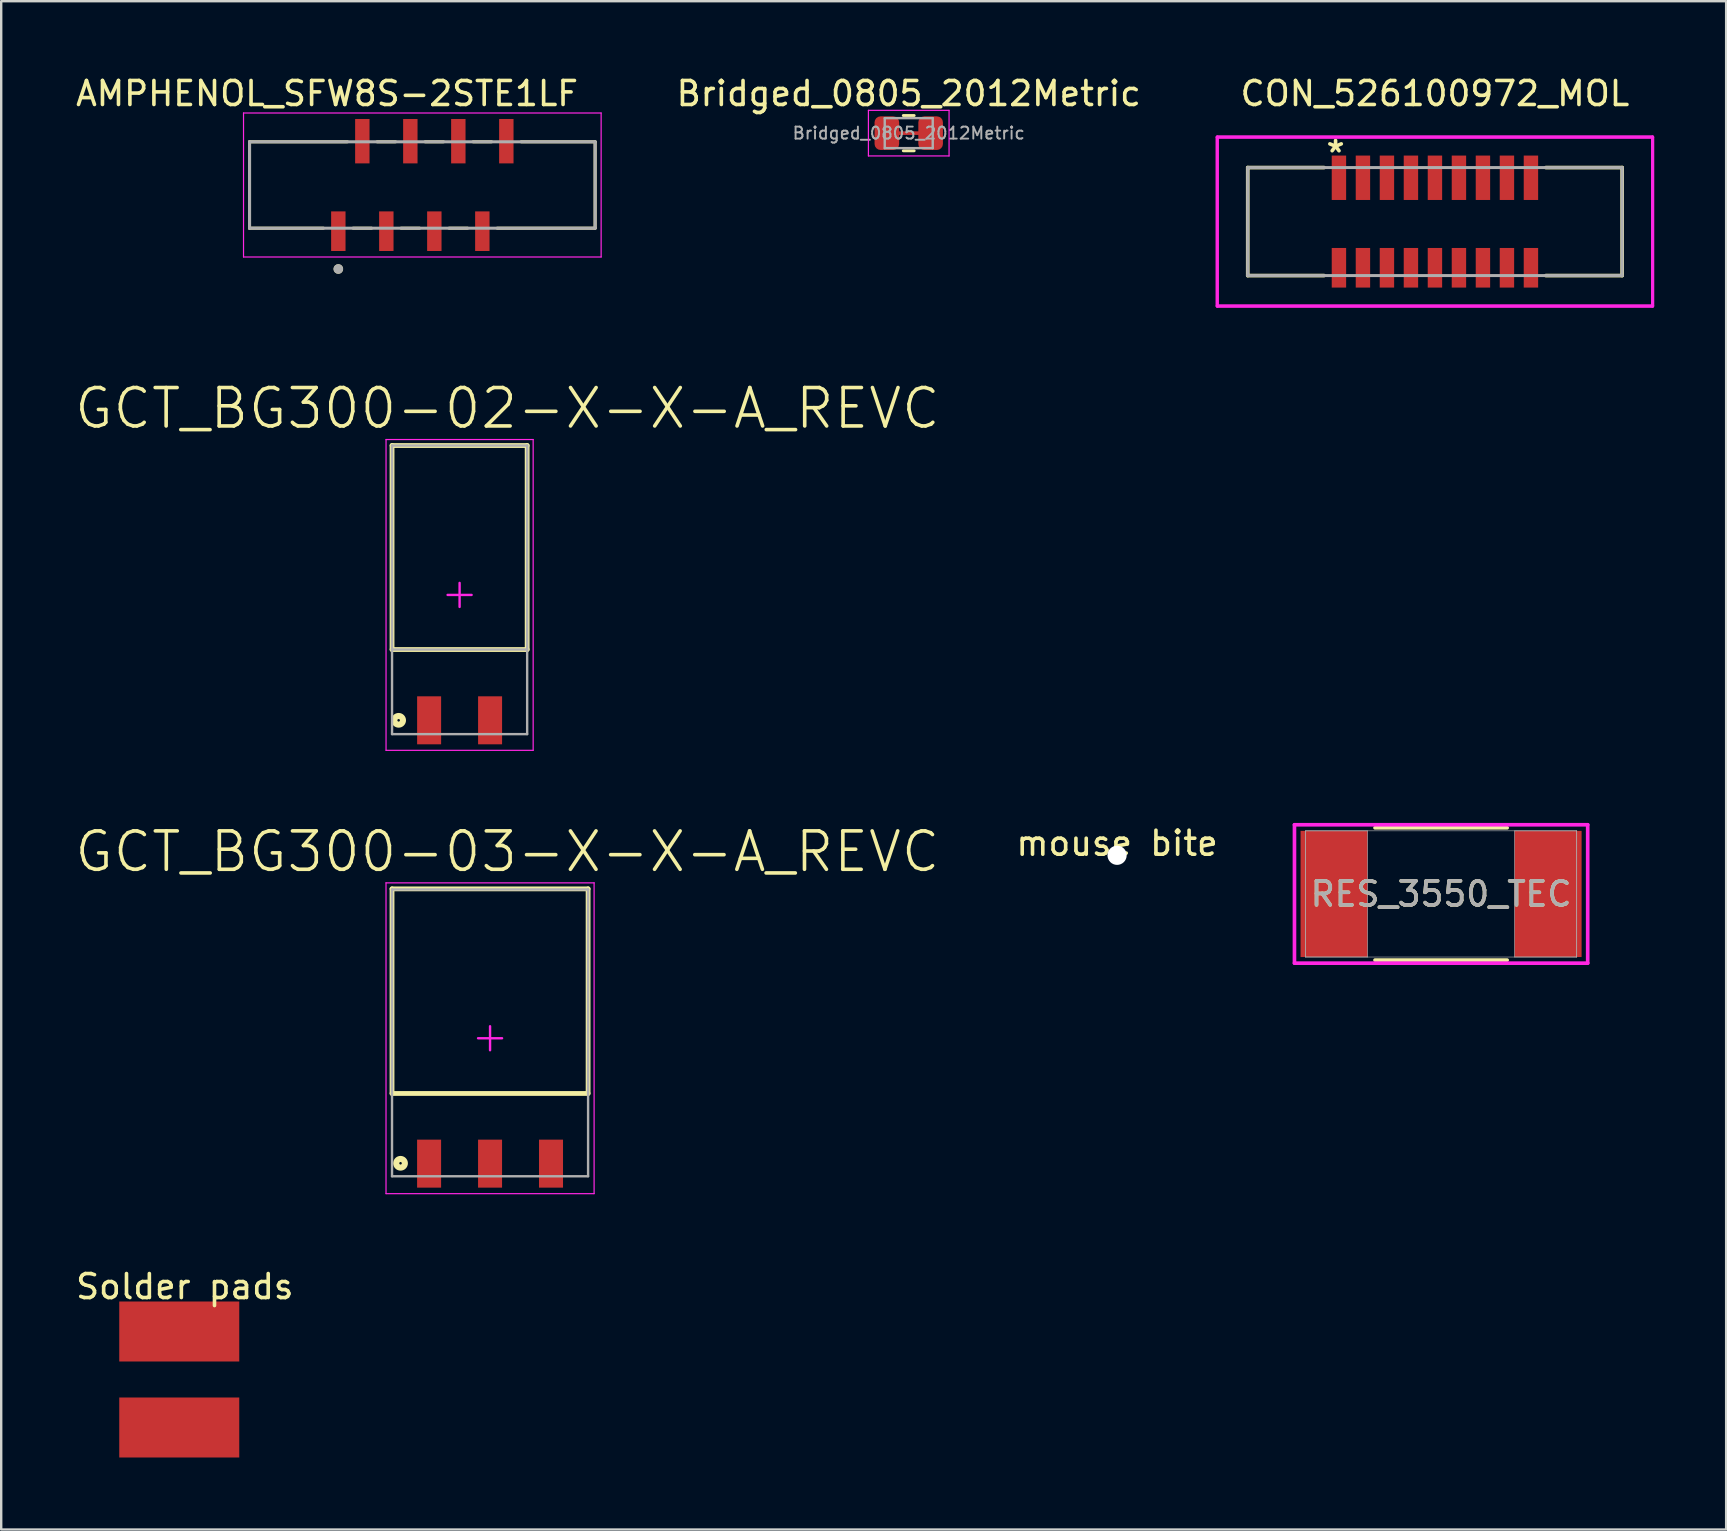
<source format=kicad_pcb>
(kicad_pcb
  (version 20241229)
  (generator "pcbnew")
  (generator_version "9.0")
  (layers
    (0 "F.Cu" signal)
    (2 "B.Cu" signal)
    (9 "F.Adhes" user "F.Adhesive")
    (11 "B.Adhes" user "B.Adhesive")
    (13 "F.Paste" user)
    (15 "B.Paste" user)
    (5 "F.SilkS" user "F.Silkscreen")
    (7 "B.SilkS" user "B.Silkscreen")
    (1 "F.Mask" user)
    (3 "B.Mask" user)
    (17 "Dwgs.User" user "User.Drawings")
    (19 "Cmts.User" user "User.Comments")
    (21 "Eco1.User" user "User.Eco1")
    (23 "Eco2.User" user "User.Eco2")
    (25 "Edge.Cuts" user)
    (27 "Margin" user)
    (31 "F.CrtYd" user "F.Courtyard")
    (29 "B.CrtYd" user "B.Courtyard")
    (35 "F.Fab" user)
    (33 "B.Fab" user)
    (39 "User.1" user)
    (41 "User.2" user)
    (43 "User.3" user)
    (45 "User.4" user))
  (footprint "mouse bite"
    (layer "F.Cu")
    (at 43.495 32.587)
    (property "Reference" "mouse bite" (at 0 -0.5 0) (unlocked yes) (layer "F.SilkS") (effects (font (size 1 1) (thickness 0.15))))
    (pad "" np_thru_hole circle (at 0 0) (size 0.8 0.8) (drill 0.8) (layers "*.Cu" "*.Mask")))
  (footprint "GCT_BG300-03-X-X-A_REVC"
    (layer "F.Cu")
    (at 17.369 40.21)
    (property "Reference" "GCT_BG300-03-X-X-A_REVC" (at 0.72 -7.772 0) (layer "F.SilkS") (effects (font (size 1.6 1.6) (thickness 0.15))))
    (attr smd)
    (fp_line (start -4.085 -6.225) (end 4.085 -6.225) (stroke (width 0.2) (type solid)) (layer "F.SilkS"))
    (fp_line (start -4.085 2.3) (end -4.085 -6.225) (stroke (width 0.2) (type solid)) (layer "F.SilkS"))
    (fp_line (start -4.085 2.3) (end 4.085 2.3) (stroke (width 0.2) (type solid)) (layer "F.SilkS"))
    (fp_line (start 4.085 2.3) (end 4.085 -6.225) (stroke (width 0.2) (type solid)) (layer "F.SilkS"))
    (fp_circle (center -3.73 5.21) (end -3.55 5.21) (stroke (width 0.254) (type solid)) (fill no) (layer "F.SilkS"))
    (fp_line (start -4.335 -6.475) (end 4.335 -6.475) (stroke (width 0.05) (type solid)) (layer "F.CrtYd"))
    (fp_line (start -4.335 6.475) (end -4.335 -6.475) (stroke (width 0.05) (type solid)) (layer "F.CrtYd"))
    (fp_line (start -4.335 6.475) (end 4.335 6.475) (stroke (width 0.05) (type solid)) (layer "F.CrtYd"))
    (fp_line (start -0.5 0) (end 0.5 0) (stroke (width 0.1) (type solid)) (layer "F.CrtYd"))
    (fp_line (start 0 0.5) (end 0 -0.5) (stroke (width 0.1) (type solid)) (layer "F.CrtYd"))
    (fp_line (start 4.335 6.475) (end 4.335 -6.475) (stroke (width 0.05) (type solid)) (layer "F.CrtYd"))
    (fp_line (start -4.085 -6.2) (end 4.085 -6.2) (stroke (width 0.1) (type solid)) (layer "F.Fab"))
    (fp_line (start -4.085 5.75) (end -4.085 -6.2) (stroke (width 0.1) (type solid)) (layer "F.Fab"))
    (fp_line (start -4.085 5.75) (end 4.085 5.75) (stroke (width 0.1) (type solid)) (layer "F.Fab"))
    (fp_line (start 4.085 5.75) (end 4.085 -6.2) (stroke (width 0.1) (type solid)) (layer "F.Fab"))
    (pad "1" smd rect (at -2.54 5.225) (size 1 2) (layers "F.Cu" "F.Mask" "F.Paste"))
    (pad "2" smd rect (at 0 5.225) (size 1 2) (layers "F.Cu" "F.Mask" "F.Paste"))
    (pad "3" smd rect (at 2.54 5.225) (size 1 2) (layers "F.Cu" "F.Mask" "F.Paste")))
  (footprint "Solder pads"
    (layer "F.Cu")
    (at 4.419 54.429)
    (property "Reference" "Solder pads" (at 0.23 -3.87 0) (unlocked yes) (layer "F.SilkS") (effects (font (size 1 1) (thickness 0.15))))
    (attr smd)
    (pad "1" smd rect (at 0 -2) (size 5 2.5) (layers "F.Cu" "F.Mask" "F.Paste"))
    (pad "2" smd rect (at 0 2) (size 5 2.5) (layers "F.Cu" "F.Mask" "F.Paste")))
  (footprint "GCT_BG300-02-X-X-A_REVC"
    (layer "F.Cu")
    (at 16.1 21.738)
    (property "Reference" "GCT_BG300-02-X-X-A_REVC" (at 1.991 -7.773 0) (layer "F.SilkS") (effects (font (size 1.601 1.601) (thickness 0.15))))
    (attr smd)
    (fp_line (start -2.815 -6.225) (end 2.815 -6.225) (stroke (width 0.2) (type solid)) (layer "F.SilkS"))
    (fp_line (start -2.815 2.275) (end -2.815 -6.225) (stroke (width 0.2) (type solid)) (layer "F.SilkS"))
    (fp_line (start -2.815 2.275) (end 2.815 2.275) (stroke (width 0.2) (type solid)) (layer "F.SilkS"))
    (fp_line (start 2.815 2.275) (end 2.815 -6.225) (stroke (width 0.2) (type solid)) (layer "F.SilkS"))
    (fp_circle (center -2.54 5.225) (end -2.36 5.225) (stroke (width 0.254) (type solid)) (fill no) (layer "F.SilkS"))
    (fp_line (start -3.065 -6.475) (end 3.065 -6.475) (stroke (width 0.05) (type solid)) (layer "F.CrtYd"))
    (fp_line (start -3.065 6.475) (end -3.065 -6.475) (stroke (width 0.05) (type solid)) (layer "F.CrtYd"))
    (fp_line (start -3.065 6.475) (end 3.065 6.475) (stroke (width 0.05) (type solid)) (layer "F.CrtYd"))
    (fp_line (start -0.5 0) (end 0.5 0) (stroke (width 0.1) (type solid)) (layer "F.CrtYd"))
    (fp_line (start 0 0.5) (end 0 -0.5) (stroke (width 0.1) (type solid)) (layer "F.CrtYd"))
    (fp_line (start 3.065 6.475) (end 3.065 -6.475) (stroke (width 0.05) (type solid)) (layer "F.CrtYd"))
    (fp_line (start -2.815 -6.225) (end 2.815 -6.225) (stroke (width 0.1) (type solid)) (layer "F.Fab"))
    (fp_line (start -2.815 2.275) (end -2.815 -6.225) (stroke (width 0.1) (type solid)) (layer "F.Fab"))
    (fp_line (start -2.815 2.275) (end 2.815 2.275) (stroke (width 0.1) (type solid)) (layer "F.Fab"))
    (fp_line (start -2.815 5.8) (end -2.815 2.275) (stroke (width 0.1) (type solid)) (layer "F.Fab"))
    (fp_line (start -2.815 5.8) (end 2.815 5.8) (stroke (width 0.1) (type solid)) (layer "F.Fab"))
    (fp_line (start 2.815 5.8) (end 2.815 -6.225) (stroke (width 0.1) (type solid)) (layer "F.Fab"))
    (pad "1" smd rect (at -1.27 5.225) (size 1 2) (layers "F.Cu" "F.Mask" "F.Paste"))
    (pad "2" smd rect (at 1.27 5.225) (size 1 2) (layers "F.Cu" "F.Mask" "F.Paste")))
  (footprint "Bridged_0805_2012Metric"
    (layer "F.Cu")
    (at 34.814 2.498)
    (property "Reference" "Bridged_0805_2012Metric" (at 0 -1.65 0) (layer "F.SilkS") (effects (font (size 1 1) (thickness 0.15))))
    (attr smd)
    (fp_line (start -0.6 0) (end 0.6 0) (stroke (width 0.15) (type default)) (layer "F.Cu"))
    (fp_line (start -0.227 -0.735) (end 0.227 -0.735) (stroke (width 0.12) (type solid)) (layer "F.SilkS"))
    (fp_line (start -0.227 0.735) (end 0.227 0.735) (stroke (width 0.12) (type solid)) (layer "F.SilkS"))
    (fp_line (start -1.68 -0.95) (end 1.68 -0.95) (stroke (width 0.05) (type solid)) (layer "F.CrtYd"))
    (fp_line (start -1.68 0.95) (end -1.68 -0.95) (stroke (width 0.05) (type solid)) (layer "F.CrtYd"))
    (fp_line (start 1.68 -0.95) (end 1.68 0.95) (stroke (width 0.05) (type solid)) (layer "F.CrtYd"))
    (fp_line (start 1.68 0.95) (end -1.68 0.95) (stroke (width 0.05) (type solid)) (layer "F.CrtYd"))
    (fp_line (start -1 -0.625) (end 1 -0.625) (stroke (width 0.1) (type solid)) (layer "F.Fab"))
    (fp_line (start -1 0.625) (end -1 -0.625) (stroke (width 0.1) (type solid)) (layer "F.Fab"))
    (fp_line (start 1 -0.625) (end 1 0.625) (stroke (width 0.1) (type solid)) (layer "F.Fab"))
    (fp_line (start 1 0.625) (end -1 0.625) (stroke (width 0.1) (type solid)) (layer "F.Fab"))
    (fp_text user "${REFERENCE}" (at 0 0 0) (layer "F.Fab") (effects (font (size 0.5 0.5) (thickness 0.08))))
    (pad "1" smd roundrect (at -0.912 0) (size 1.025 1.4) (layers "F.Cu" "F.Mask" "F.Paste") (roundrect_rratio 0.244))
    (pad "2" smd roundrect (at 0.912 0) (size 1.025 1.4) (layers "F.Cu" "F.Mask" "F.Paste") (roundrect_rratio 0.244)))
  (footprint "RES_3550_TEC"
    (layer "F.Cu")
    (at 56.995 34.198)
    (property "Reference" "RES_3550_TEC" (at 0 0 0) (unlocked yes) (layer "F.SilkS") (effects (font (size 1 1) (thickness 0.15))))
    (attr smd)
    (fp_line (start -2.753 2.756) (end 2.753 2.756) (stroke (width 0.152) (type solid)) (layer "F.SilkS"))
    (fp_line (start 2.753 -2.756) (end -2.753 -2.756) (stroke (width 0.152) (type solid)) (layer "F.SilkS"))
    (fp_line (start -6.109 -2.883) (end 6.109 -2.883) (stroke (width 0.152) (type solid)) (layer "F.CrtYd"))
    (fp_line (start -6.109 2.883) (end -6.109 -2.883) (stroke (width 0.152) (type solid)) (layer "F.CrtYd"))
    (fp_line (start 6.109 -2.883) (end 6.109 2.883) (stroke (width 0.152) (type solid)) (layer "F.CrtYd"))
    (fp_line (start 6.109 2.883) (end -6.109 2.883) (stroke (width 0.152) (type solid)) (layer "F.CrtYd"))
    (fp_line (start -5.652 -2.629) (end -5.652 2.629) (stroke (width 0.025) (type solid)) (layer "F.Fab"))
    (fp_line (start -5.652 -2.629) (end -5.652 2.629) (stroke (width 0.025) (type solid)) (layer "F.Fab"))
    (fp_line (start -5.652 2.629) (end -3.061 2.629) (stroke (width 0.025) (type solid)) (layer "F.Fab"))
    (fp_line (start -5.652 2.629) (end 5.652 2.629) (stroke (width 0.025) (type solid)) (layer "F.Fab"))
    (fp_line (start -3.061 -2.629) (end -5.652 -2.629) (stroke (width 0.025) (type solid)) (layer "F.Fab"))
    (fp_line (start -3.061 2.629) (end -3.061 -2.629) (stroke (width 0.025) (type solid)) (layer "F.Fab"))
    (fp_line (start 3.061 -2.629) (end 3.061 2.629) (stroke (width 0.025) (type solid)) (layer "F.Fab"))
    (fp_line (start 3.061 2.629) (end 5.652 2.629) (stroke (width 0.025) (type solid)) (layer "F.Fab"))
    (fp_line (start 5.652 -2.629) (end -5.652 -2.629) (stroke (width 0.025) (type solid)) (layer "F.Fab"))
    (fp_line (start 5.652 -2.629) (end 3.061 -2.629) (stroke (width 0.025) (type solid)) (layer "F.Fab"))
    (fp_line (start 5.652 2.629) (end 5.652 -2.629) (stroke (width 0.025) (type solid)) (layer "F.Fab"))
    (fp_line (start 5.652 2.629) (end 5.652 -2.629) (stroke (width 0.025) (type solid)) (layer "F.Fab"))
    (fp_text user "${REFERENCE}" (at 0 0 0) (unlocked yes) (layer "F.Fab") (effects (font (size 1 1) (thickness 0.15))))
    (pad "1" smd rect (at -4.458 0) (size 2.794 5.258) (layers "F.Cu" "F.Mask" "F.Paste"))
    (pad "2" smd rect (at 4.458 0) (size 2.794 5.258) (layers "F.Cu" "F.Mask" "F.Paste")))
  (footprint "AMPHENOL_SFW8S-2STE1LF"
    (layer "F.Cu")
    (at 14.547 4.658)
    (property "Reference" "AMPHENOL_SFW8S-2STE1LF" (at -3.97 -3.81 0) (layer "F.SilkS") (effects (font (size 1 1) (thickness 0.15))))
    (attr smd)
    (fp_line (start -7.2 -1.8) (end -7.2 1.8) (stroke (width 0.127) (type solid)) (layer "F.SilkS"))
    (fp_line (start -7.2 1.8) (end -4.12 1.8) (stroke (width 0.127) (type solid)) (layer "F.SilkS"))
    (fp_line (start -3.12 -1.8) (end -7.2 -1.8) (stroke (width 0.127) (type solid)) (layer "F.SilkS"))
    (fp_line (start -2.115 1.8) (end -2.885 1.8) (stroke (width 0.127) (type solid)) (layer "F.SilkS"))
    (fp_line (start -1.885 -1.8) (end -1.115 -1.8) (stroke (width 0.127) (type solid)) (layer "F.SilkS"))
    (fp_line (start -0.115 1.8) (end -0.885 1.8) (stroke (width 0.127) (type solid)) (layer "F.SilkS"))
    (fp_line (start 0.115 -1.8) (end 0.885 -1.8) (stroke (width 0.127) (type solid)) (layer "F.SilkS"))
    (fp_line (start 1.885 1.8) (end 1.115 1.8) (stroke (width 0.127) (type solid)) (layer "F.SilkS"))
    (fp_line (start 2.115 -1.8) (end 2.885 -1.8) (stroke (width 0.127) (type solid)) (layer "F.SilkS"))
    (fp_line (start 3.12 1.8) (end 7.2 1.8) (stroke (width 0.127) (type solid)) (layer "F.SilkS"))
    (fp_line (start 7.2 -1.8) (end 4.12 -1.8) (stroke (width 0.127) (type solid)) (layer "F.SilkS"))
    (fp_line (start 7.2 1.8) (end 7.2 -1.8) (stroke (width 0.127) (type solid)) (layer "F.SilkS"))
    (fp_circle (center -3.5 3.5) (end -3.4 3.5) (stroke (width 0.2) (type solid)) (fill no) (layer "F.SilkS"))
    (fp_line (start -7.45 -3) (end 7.45 -3) (stroke (width 0.05) (type solid)) (layer "F.CrtYd"))
    (fp_line (start -7.45 3) (end -7.45 -3) (stroke (width 0.05) (type solid)) (layer "F.CrtYd"))
    (fp_line (start 7.45 -3) (end 7.45 3) (stroke (width 0.05) (type solid)) (layer "F.CrtYd"))
    (fp_line (start 7.45 3) (end -7.45 3) (stroke (width 0.05) (type solid)) (layer "F.CrtYd"))
    (fp_line (start -7.2 -1.8) (end -7.2 1.8) (stroke (width 0.127) (type solid)) (layer "F.Fab"))
    (fp_line (start -7.2 1.8) (end 7.2 1.8) (stroke (width 0.127) (type solid)) (layer "F.Fab"))
    (fp_line (start 7.2 -1.8) (end -7.2 -1.8) (stroke (width 0.127) (type solid)) (layer "F.Fab"))
    (fp_line (start 7.2 1.8) (end 7.2 -1.8) (stroke (width 0.127) (type solid)) (layer "F.Fab"))
    (fp_circle (center -3.5 3.5) (end -3.4 3.5) (stroke (width 0.2) (type solid)) (fill no) (layer "F.Fab"))
    (pad "1" smd rect (at -3.5 1.925) (size 0.6 1.65) (layers "F.Cu" "F.Mask" "F.Paste"))
    (pad "2" smd rect (at -2.5 -1.825) (size 0.6 1.85) (layers "F.Cu" "F.Mask" "F.Paste"))
    (pad "3" smd rect (at -1.5 1.925) (size 0.6 1.65) (layers "F.Cu" "F.Mask" "F.Paste"))
    (pad "4" smd rect (at -0.5 -1.825) (size 0.6 1.85) (layers "F.Cu" "F.Mask" "F.Paste"))
    (pad "5" smd rect (at 0.5 1.925) (size 0.6 1.65) (layers "F.Cu" "F.Mask" "F.Paste"))
    (pad "6" smd rect (at 1.5 -1.825) (size 0.6 1.85) (layers "F.Cu" "F.Mask" "F.Paste"))
    (pad "7" smd rect (at 2.5 1.925) (size 0.6 1.65) (layers "F.Cu" "F.Mask" "F.Paste"))
    (pad "8" smd rect (at 3.5 -1.825) (size 0.6 1.85) (layers "F.Cu" "F.Mask" "F.Paste")))
  (footprint "CON_526100972_MOL"
    (layer "F.Cu")
    (at 56.739 6.182)
    (property "Reference" "CON_526100972_MOL" (at 0 -5.334 0) (unlocked yes) (layer "F.SilkS") (effects (font (size 1 1) (thickness 0.15))))
    (attr smd)
    (fp_line (start -7.8 -2.25) (end -4.62 -2.25) (stroke (width 0.152) (type solid)) (layer "F.SilkS"))
    (fp_line (start -7.8 2.25) (end -7.8 -2.25) (stroke (width 0.152) (type solid)) (layer "F.SilkS"))
    (fp_line (start -7.8 2.25) (end -4.62 2.25) (stroke (width 0.152) (type solid)) (layer "F.SilkS"))
    (fp_line (start 4.62 -2.25) (end 7.8 -2.25) (stroke (width 0.152) (type solid)) (layer "F.SilkS"))
    (fp_line (start 4.62 2.25) (end 7.8 2.25) (stroke (width 0.152) (type solid)) (layer "F.SilkS"))
    (fp_line (start 7.8 -2.25) (end 7.8 2.25) (stroke (width 0.152) (type solid)) (layer "F.SilkS"))
    (fp_line (start -9.07 -3.52) (end -9.07 3.52) (stroke (width 0.127) (type solid)) (layer "F.CrtYd"))
    (fp_line (start -9.07 -3.52) (end -9.07 3.52) (stroke (width 0.127) (type solid)) (layer "F.CrtYd"))
    (fp_line (start -9.07 3.52) (end 9.07 3.52) (stroke (width 0.127) (type solid)) (layer "F.CrtYd"))
    (fp_line (start -9.07 3.52) (end 9.07 3.52) (stroke (width 0.127) (type solid)) (layer "F.CrtYd"))
    (fp_line (start 9.07 -3.52) (end -9.07 -3.52) (stroke (width 0.127) (type solid)) (layer "F.CrtYd"))
    (fp_line (start 9.07 -3.52) (end -9.07 -3.52) (stroke (width 0.127) (type solid)) (layer "F.CrtYd"))
    (fp_line (start 9.07 3.52) (end 9.07 -3.52) (stroke (width 0.127) (type solid)) (layer "F.CrtYd"))
    (fp_line (start 9.07 3.52) (end 9.07 -3.52) (stroke (width 0.127) (type solid)) (layer "F.CrtYd"))
    (fp_line (start -7.8 -2.25) (end -7.8 2.25) (stroke (width 0.127) (type solid)) (layer "F.Fab"))
    (fp_line (start -7.8 2.25) (end 7.8 2.25) (stroke (width 0.127) (type solid)) (layer "F.Fab"))
    (fp_line (start 7.8 -2.25) (end -7.8 -2.25) (stroke (width 0.127) (type solid)) (layer "F.Fab"))
    (fp_line (start 7.8 2.25) (end 7.8 -2.25) (stroke (width 0.127) (type solid)) (layer "F.Fab"))
    (fp_text user "*" (at -4.62 -2.25 0) (unlocked yes) (layer "F.SilkS") (effects (font (size 1 1) (thickness 0.15)) (justify left bottom)))
    (pad "1" smd rect (at -4 -1.825) (size 0.6 1.85) (layers "F.Cu" "F.Mask" "F.Paste"))
    (pad "1" smd rect (at -4 1.925) (size 0.6 1.65) (layers "F.Cu" "F.Mask" "F.Paste"))
    (pad "2" smd rect (at -3 -1.825) (size 0.6 1.85) (layers "F.Cu" "F.Mask" "F.Paste"))
    (pad "2" smd rect (at -3 1.925) (size 0.6 1.65) (layers "F.Cu" "F.Mask" "F.Paste"))
    (pad "3" smd rect (at -2 -1.825) (size 0.6 1.85) (layers "F.Cu" "F.Mask" "F.Paste"))
    (pad "3" smd rect (at -2 1.925) (size 0.6 1.65) (layers "F.Cu" "F.Mask" "F.Paste"))
    (pad "4" smd rect (at -1 -1.825) (size 0.6 1.85) (layers "F.Cu" "F.Mask" "F.Paste"))
    (pad "4" smd rect (at -1 1.925) (size 0.6 1.65) (layers "F.Cu" "F.Mask" "F.Paste"))
    (pad "5" smd rect (at 0 -1.825) (size 0.6 1.85) (layers "F.Cu" "F.Mask" "F.Paste"))
    (pad "5" smd rect (at 0 1.925) (size 0.6 1.65) (layers "F.Cu" "F.Mask" "F.Paste"))
    (pad "6" smd rect (at 1 -1.825) (size 0.6 1.85) (layers "F.Cu" "F.Mask" "F.Paste"))
    (pad "6" smd rect (at 1 1.925) (size 0.6 1.65) (layers "F.Cu" "F.Mask" "F.Paste"))
    (pad "7" smd rect (at 2 -1.825) (size 0.6 1.85) (layers "F.Cu" "F.Mask" "F.Paste"))
    (pad "7" smd rect (at 2 1.925) (size 0.6 1.65) (layers "F.Cu" "F.Mask" "F.Paste"))
    (pad "8" smd rect (at 3 -1.825) (size 0.6 1.85) (layers "F.Cu" "F.Mask" "F.Paste"))
    (pad "8" smd rect (at 3 1.925) (size 0.6 1.65) (layers "F.Cu" "F.Mask" "F.Paste"))
    (pad "9" smd rect (at 4 -1.825) (size 0.6 1.85) (layers "F.Cu" "F.Mask" "F.Paste"))
    (pad "9" smd rect (at 4 1.925) (size 0.6 1.65) (layers "F.Cu" "F.Mask" "F.Paste")))
  (gr_rect
    (start -3 -3)
    (end 68.873 60.679)
    (stroke (width 0.1) (type default))
    (fill no)
    (layer "Edge.Cuts")))
</source>
